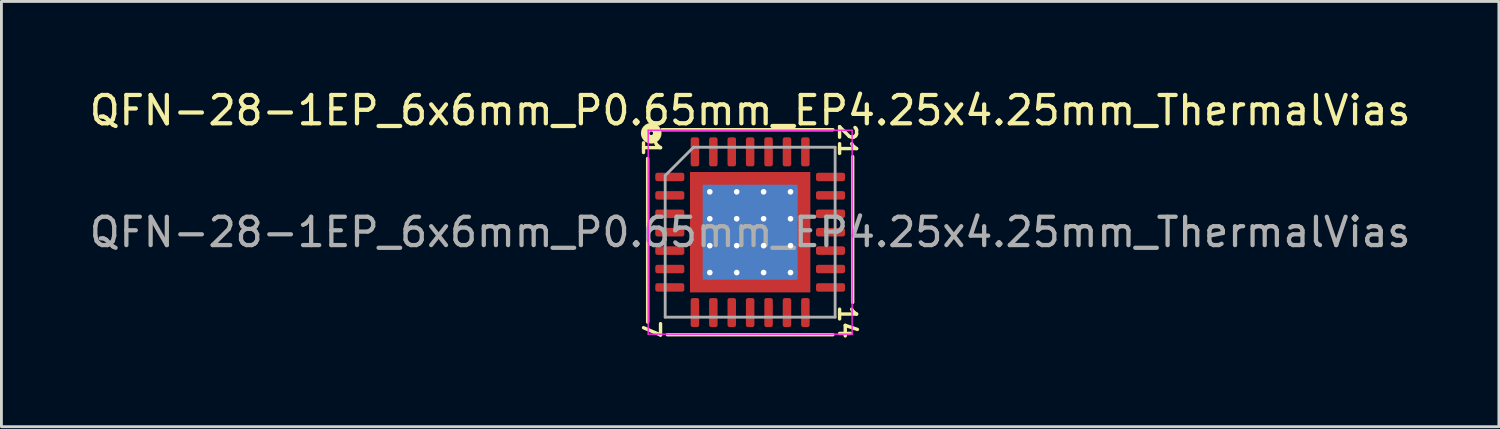
<source format=kicad_pcb>
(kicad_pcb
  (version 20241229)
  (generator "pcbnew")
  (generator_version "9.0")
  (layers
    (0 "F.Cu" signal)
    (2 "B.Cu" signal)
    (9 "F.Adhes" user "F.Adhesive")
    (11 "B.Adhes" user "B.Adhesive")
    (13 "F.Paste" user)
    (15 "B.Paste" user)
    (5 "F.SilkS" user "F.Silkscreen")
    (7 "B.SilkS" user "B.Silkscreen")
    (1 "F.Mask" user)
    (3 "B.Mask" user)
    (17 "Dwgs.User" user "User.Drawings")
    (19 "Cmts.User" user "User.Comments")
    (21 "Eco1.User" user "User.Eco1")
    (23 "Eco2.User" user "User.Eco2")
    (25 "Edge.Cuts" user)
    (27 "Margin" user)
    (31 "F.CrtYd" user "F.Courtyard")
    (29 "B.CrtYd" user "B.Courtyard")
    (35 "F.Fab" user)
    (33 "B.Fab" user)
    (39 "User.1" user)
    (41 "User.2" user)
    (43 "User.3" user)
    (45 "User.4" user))
  (footprint "QFN-28-1EP_6x6mm_P0.65mm_EP4.25x4.25mm_ThermalVias"
    (layer "F.Cu")
    (at 23.435 5.148)
    (property "Reference" "QFN-28-1EP_6x6mm_P0.65mm_EP4.25x4.25mm_ThermalVias" (at 0 -4.3 0) (layer "F.SilkS") (effects (font (size 1 1) (thickness 0.15))))
    (attr smd)
    (fp_line (start -3.619 -2.603) (end -3.619 3.175) (stroke (width 0.12) (type solid)) (layer "F.SilkS"))
    (fp_line (start -2.921 3.619) (end 2.921 3.619) (stroke (width 0.12) (type solid)) (layer "F.SilkS"))
    (fp_line (start 2.921 -3.619) (end -3.111 -3.619) (stroke (width 0.12) (type solid)) (layer "F.SilkS"))
    (fp_line (start 3.619 2.477) (end 3.619 -2.667) (stroke (width 0.12) (type solid)) (layer "F.SilkS"))
    (fp_circle (center -3.493 -3.493) (end -3.429 -3.493) (stroke (width 0.3) (type solid)) (fill no) (layer "F.SilkS"))
    (fp_line (start -3.6 -3.6) (end -3.6 3.6) (stroke (width 0.05) (type solid)) (layer "F.CrtYd"))
    (fp_line (start -3.6 3.6) (end 3.6 3.6) (stroke (width 0.05) (type solid)) (layer "F.CrtYd"))
    (fp_line (start 3.6 -3.6) (end -3.6 -3.6) (stroke (width 0.05) (type solid)) (layer "F.CrtYd"))
    (fp_line (start 3.6 3.6) (end 3.6 -3.6) (stroke (width 0.05) (type solid)) (layer "F.CrtYd"))
    (fp_line (start -3 -2) (end -2 -3) (stroke (width 0.1) (type solid)) (layer "F.Fab"))
    (fp_line (start -3 3) (end -3 -2) (stroke (width 0.1) (type solid)) (layer "F.Fab"))
    (fp_line (start -2 -3) (end 3 -3) (stroke (width 0.1) (type solid)) (layer "F.Fab"))
    (fp_line (start 3 -3) (end 3 3) (stroke (width 0.1) (type solid)) (layer "F.Fab"))
    (fp_line (start 3 3) (end -3 3) (stroke (width 0.1) (type solid)) (layer "F.Fab"))
    (fp_text user "21" (at 3.429 -3.239 270) (unlocked yes) (layer "F.SilkS") (effects (font (size 0.6 0.6) (thickness 0.12))))
    (fp_text user "1" (at -3.493 -2.985 270) (unlocked yes) (layer "F.SilkS") (effects (font (size 0.6 0.6) (thickness 0.12))))
    (fp_text user "7" (at -3.493 3.429 270) (unlocked yes) (layer "F.SilkS") (effects (font (size 0.6 0.6) (thickness 0.12))))
    (fp_text user "14" (at 3.429 3.175 270) (unlocked yes) (layer "F.SilkS") (effects (font (size 0.6 0.6) (thickness 0.12))))
    (fp_text user "${REFERENCE}" (at 0 0 0) (layer "F.Fab") (effects (font (size 1 1) (thickness 0.15))))
    (pad "" smd custom (at -1.775 -1.775) (size 0.46 0.46) (layers "F.Paste") (options (anchor circle)) (primitives (gr_poly (pts (xy 0.178 0.092) (xy 0.092 0.178) (xy -0.178 0.178) (xy -0.178 -0.178) (xy 0.178 -0.178)) (width 0.208) (fill yes))))
    (pad "" smd custom (at -1.775 -0.95) (size 0.477 0.477) (layers "F.Paste") (options (anchor circle)) (primitives (gr_poly (pts (xy 0.195 -0.224) (xy 0.195 0.224) (xy 0.123 0.296) (xy -0.195 0.296) (xy -0.195 -0.296) (xy 0.123 -0.296)) (width 0.174) (fill yes))))
    (pad "" smd custom (at -1.775 0) (size 0.477 0.477) (layers "F.Paste") (options (anchor circle)) (primitives (gr_poly (pts (xy 0.195 -0.224) (xy 0.195 0.224) (xy 0.123 0.296) (xy -0.195 0.296) (xy -0.195 -0.296) (xy 0.123 -0.296)) (width 0.174) (fill yes))))
    (pad "" smd custom (at -1.775 0.95) (size 0.477 0.477) (layers "F.Paste") (options (anchor circle)) (primitives (gr_poly (pts (xy 0.195 -0.224) (xy 0.195 0.224) (xy 0.123 0.296) (xy -0.195 0.296) (xy -0.195 -0.296) (xy 0.123 -0.296)) (width 0.174) (fill yes))))
    (pad "" smd custom (at -1.775 1.775) (size 0.46 0.46) (layers "F.Paste") (options (anchor circle)) (primitives (gr_poly (pts (xy 0.178 -0.092) (xy 0.178 0.178) (xy -0.178 0.178) (xy -0.178 -0.178) (xy 0.092 -0.178)) (width 0.208) (fill yes))))
    (pad "" smd custom (at -0.95 -1.775) (size 0.477 0.477) (layers "F.Paste") (options (anchor circle)) (primitives (gr_poly (pts (xy 0.296 0.123) (xy 0.224 0.195) (xy -0.224 0.195) (xy -0.296 0.123) (xy -0.296 -0.195) (xy 0.296 -0.195)) (width 0.174) (fill yes))))
    (pad "" smd roundrect (at -0.95 -0.95) (size 0.766 0.766) (layers "F.Paste") (roundrect_rratio 0.25))
    (pad "" smd roundrect (at -0.95 0) (size 0.766 0.766) (layers "F.Paste") (roundrect_rratio 0.25))
    (pad "" smd roundrect (at -0.95 0.95) (size 0.766 0.766) (layers "F.Paste") (roundrect_rratio 0.25))
    (pad "" smd custom (at -0.95 1.775) (size 0.477 0.477) (layers "F.Paste") (options (anchor circle)) (primitives (gr_poly (pts (xy 0.296 -0.123) (xy 0.296 0.195) (xy -0.296 0.195) (xy -0.296 -0.123) (xy -0.224 -0.195) (xy 0.224 -0.195)) (width 0.174) (fill yes))))
    (pad "" smd custom (at 0 -1.775) (size 0.477 0.477) (layers "F.Paste") (options (anchor circle)) (primitives (gr_poly (pts (xy 0.296 0.123) (xy 0.224 0.195) (xy -0.224 0.195) (xy -0.296 0.123) (xy -0.296 -0.195) (xy 0.296 -0.195)) (width 0.174) (fill yes))))
    (pad "" smd roundrect (at 0 -0.95) (size 0.766 0.766) (layers "F.Paste") (roundrect_rratio 0.25))
    (pad "" smd roundrect (at 0 0) (size 0.766 0.766) (layers "F.Paste") (roundrect_rratio 0.25))
    (pad "" smd roundrect (at 0 0.95) (size 0.766 0.766) (layers "F.Paste") (roundrect_rratio 0.25))
    (pad "" smd custom (at 0 1.775) (size 0.477 0.477) (layers "F.Paste") (options (anchor circle)) (primitives (gr_poly (pts (xy 0.296 -0.123) (xy 0.296 0.195) (xy -0.296 0.195) (xy -0.296 -0.123) (xy -0.224 -0.195) (xy 0.224 -0.195)) (width 0.174) (fill yes))))
    (pad "" smd custom (at 0.95 -1.775) (size 0.477 0.477) (layers "F.Paste") (options (anchor circle)) (primitives (gr_poly (pts (xy 0.296 0.123) (xy 0.224 0.195) (xy -0.224 0.195) (xy -0.296 0.123) (xy -0.296 -0.195) (xy 0.296 -0.195)) (width 0.174) (fill yes))))
    (pad "" smd roundrect (at 0.95 -0.95) (size 0.766 0.766) (layers "F.Paste") (roundrect_rratio 0.25))
    (pad "" smd roundrect (at 0.95 0) (size 0.766 0.766) (layers "F.Paste") (roundrect_rratio 0.25))
    (pad "" smd roundrect (at 0.95 0.95) (size 0.766 0.766) (layers "F.Paste") (roundrect_rratio 0.25))
    (pad "" smd custom (at 0.95 1.775) (size 0.477 0.477) (layers "F.Paste") (options (anchor circle)) (primitives (gr_poly (pts (xy 0.296 -0.123) (xy 0.296 0.195) (xy -0.296 0.195) (xy -0.296 -0.123) (xy -0.224 -0.195) (xy 0.224 -0.195)) (width 0.174) (fill yes))))
    (pad "" smd custom (at 1.775 -1.775) (size 0.46 0.46) (layers "F.Paste") (options (anchor circle)) (primitives (gr_poly (pts (xy 0.178 0.178) (xy -0.092 0.178) (xy -0.178 0.092) (xy -0.178 -0.178) (xy 0.178 -0.178)) (width 0.208) (fill yes))))
    (pad "" smd custom (at 1.775 -0.95) (size 0.477 0.477) (layers "F.Paste") (options (anchor circle)) (primitives (gr_poly (pts (xy 0.195 0.296) (xy -0.123 0.296) (xy -0.195 0.224) (xy -0.195 -0.224) (xy -0.123 -0.296) (xy 0.195 -0.296)) (width 0.174) (fill yes))))
    (pad "" smd custom (at 1.775 0) (size 0.477 0.477) (layers "F.Paste") (options (anchor circle)) (primitives (gr_poly (pts (xy 0.195 0.296) (xy -0.123 0.296) (xy -0.195 0.224) (xy -0.195 -0.224) (xy -0.123 -0.296) (xy 0.195 -0.296)) (width 0.174) (fill yes))))
    (pad "" smd custom (at 1.775 0.95) (size 0.477 0.477) (layers "F.Paste") (options (anchor circle)) (primitives (gr_poly (pts (xy 0.195 0.296) (xy -0.123 0.296) (xy -0.195 0.224) (xy -0.195 -0.224) (xy -0.123 -0.296) (xy 0.195 -0.296)) (width 0.174) (fill yes))))
    (pad "" smd custom (at 1.775 1.775) (size 0.46 0.46) (layers "F.Paste") (options (anchor circle)) (primitives (gr_poly (pts (xy 0.178 0.178) (xy -0.178 0.178) (xy -0.178 -0.092) (xy -0.092 -0.178) (xy 0.178 -0.178)) (width 0.208) (fill yes))))
    (pad "1" smd roundrect (at -2.837 -1.95) (size 1.025 0.3) (layers "F.Cu" "F.Mask" "F.Paste") (roundrect_rratio 0.25))
    (pad "2" smd roundrect (at -2.837 -1.3) (size 1.025 0.3) (layers "F.Cu" "F.Mask" "F.Paste") (roundrect_rratio 0.25))
    (pad "3" smd roundrect (at -2.837 -0.65) (size 1.025 0.3) (layers "F.Cu" "F.Mask" "F.Paste") (roundrect_rratio 0.25))
    (pad "4" smd roundrect (at -2.837 0) (size 1.025 0.3) (layers "F.Cu" "F.Mask" "F.Paste") (roundrect_rratio 0.25))
    (pad "5" smd roundrect (at -2.837 0.65) (size 1.025 0.3) (layers "F.Cu" "F.Mask" "F.Paste") (roundrect_rratio 0.25))
    (pad "6" smd roundrect (at -2.837 1.3) (size 1.025 0.3) (layers "F.Cu" "F.Mask" "F.Paste") (roundrect_rratio 0.25))
    (pad "7" smd roundrect (at -2.837 1.95) (size 1.025 0.3) (layers "F.Cu" "F.Mask" "F.Paste") (roundrect_rratio 0.25))
    (pad "8" smd roundrect (at -1.95 2.837) (size 0.3 1.025) (layers "F.Cu" "F.Mask" "F.Paste") (roundrect_rratio 0.25))
    (pad "9" smd roundrect (at -1.3 2.837) (size 0.3 1.025) (layers "F.Cu" "F.Mask" "F.Paste") (roundrect_rratio 0.25))
    (pad "10" smd roundrect (at -0.65 2.837) (size 0.3 1.025) (layers "F.Cu" "F.Mask" "F.Paste") (roundrect_rratio 0.25))
    (pad "11" smd roundrect (at 0 2.837) (size 0.3 1.025) (layers "F.Cu" "F.Mask" "F.Paste") (roundrect_rratio 0.25))
    (pad "12" smd roundrect (at 0.65 2.837) (size 0.3 1.025) (layers "F.Cu" "F.Mask" "F.Paste") (roundrect_rratio 0.25))
    (pad "13" smd roundrect (at 1.3 2.837) (size 0.3 1.025) (layers "F.Cu" "F.Mask" "F.Paste") (roundrect_rratio 0.25))
    (pad "14" smd roundrect (at 1.95 2.837) (size 0.3 1.025) (layers "F.Cu" "F.Mask" "F.Paste") (roundrect_rratio 0.25))
    (pad "15" smd roundrect (at 2.837 1.95) (size 1.025 0.3) (layers "F.Cu" "F.Mask" "F.Paste") (roundrect_rratio 0.25))
    (pad "16" smd roundrect (at 2.837 1.3) (size 1.025 0.3) (layers "F.Cu" "F.Mask" "F.Paste") (roundrect_rratio 0.25))
    (pad "17" smd roundrect (at 2.837 0.65) (size 1.025 0.3) (layers "F.Cu" "F.Mask" "F.Paste") (roundrect_rratio 0.25))
    (pad "18" smd roundrect (at 2.837 0) (size 1.025 0.3) (layers "F.Cu" "F.Mask" "F.Paste") (roundrect_rratio 0.25))
    (pad "19" smd roundrect (at 2.837 -0.65) (size 1.025 0.3) (layers "F.Cu" "F.Mask" "F.Paste") (roundrect_rratio 0.25))
    (pad "20" smd roundrect (at 2.837 -1.3) (size 1.025 0.3) (layers "F.Cu" "F.Mask" "F.Paste") (roundrect_rratio 0.25))
    (pad "21" smd roundrect (at 2.837 -1.95) (size 1.025 0.3) (layers "F.Cu" "F.Mask" "F.Paste") (roundrect_rratio 0.25))
    (pad "22" smd roundrect (at 1.95 -2.837) (size 0.3 1.025) (layers "F.Cu" "F.Mask" "F.Paste") (roundrect_rratio 0.25))
    (pad "23" smd roundrect (at 1.3 -2.837) (size 0.3 1.025) (layers "F.Cu" "F.Mask" "F.Paste") (roundrect_rratio 0.25))
    (pad "24" smd roundrect (at 0.65 -2.837) (size 0.3 1.025) (layers "F.Cu" "F.Mask" "F.Paste") (roundrect_rratio 0.25))
    (pad "25" smd roundrect (at 0 -2.837) (size 0.3 1.025) (layers "F.Cu" "F.Mask" "F.Paste") (roundrect_rratio 0.25))
    (pad "26" smd roundrect (at -0.65 -2.837) (size 0.3 1.025) (layers "F.Cu" "F.Mask" "F.Paste") (roundrect_rratio 0.25))
    (pad "27" smd roundrect (at -1.3 -2.837) (size 0.3 1.025) (layers "F.Cu" "F.Mask" "F.Paste") (roundrect_rratio 0.25))
    (pad "28" smd roundrect (at -1.95 -2.837) (size 0.3 1.025) (layers "F.Cu" "F.Mask" "F.Paste") (roundrect_rratio 0.25))
    (pad "29" thru_hole circle (at -1.425 -1.425) (size 0.5 0.5) (drill 0.2) (layers "*.Cu"))
    (pad "29" thru_hole circle (at -1.425 -0.475) (size 0.5 0.5) (drill 0.2) (layers "*.Cu"))
    (pad "29" thru_hole circle (at -1.425 0.475) (size 0.5 0.5) (drill 0.2) (layers "*.Cu"))
    (pad "29" thru_hole circle (at -1.425 1.425) (size 0.5 0.5) (drill 0.2) (layers "*.Cu"))
    (pad "29" thru_hole circle (at -0.475 -1.425) (size 0.5 0.5) (drill 0.2) (layers "*.Cu"))
    (pad "29" thru_hole circle (at -0.475 -0.475) (size 0.5 0.5) (drill 0.2) (layers "*.Cu"))
    (pad "29" thru_hole circle (at -0.475 0.475) (size 0.5 0.5) (drill 0.2) (layers "*.Cu"))
    (pad "29" thru_hole circle (at -0.475 1.425) (size 0.5 0.5) (drill 0.2) (layers "*.Cu"))
    (pad "29" smd rect (at 0 0) (size 3.35 3.35) (layers "B.Cu" "B.Mask"))
    (pad "29" smd rect (at 0 0) (size 4.25 4.25) (layers "F.Cu" "F.Mask"))
    (pad "29" thru_hole circle (at 0.475 -1.425) (size 0.5 0.5) (drill 0.2) (layers "*.Cu"))
    (pad "29" thru_hole circle (at 0.475 -0.475) (size 0.5 0.5) (drill 0.2) (layers "*.Cu"))
    (pad "29" thru_hole circle (at 0.475 0.475) (size 0.5 0.5) (drill 0.2) (layers "*.Cu"))
    (pad "29" thru_hole circle (at 0.475 1.425) (size 0.5 0.5) (drill 0.2) (layers "*.Cu"))
    (pad "29" thru_hole circle (at 1.425 -1.425) (size 0.5 0.5) (drill 0.2) (layers "*.Cu"))
    (pad "29" thru_hole circle (at 1.425 -0.475) (size 0.5 0.5) (drill 0.2) (layers "*.Cu"))
    (pad "29" thru_hole circle (at 1.425 0.475) (size 0.5 0.5) (drill 0.2) (layers "*.Cu"))
    (pad "29" thru_hole circle (at 1.425 1.425) (size 0.5 0.5) (drill 0.2) (layers "*.Cu")))
  (gr_rect
    (start -3 -3)
    (end 49.869 12.015)
    (stroke (width 0.1) (type default))
    (fill no)
    (layer "Edge.Cuts")))
</source>
